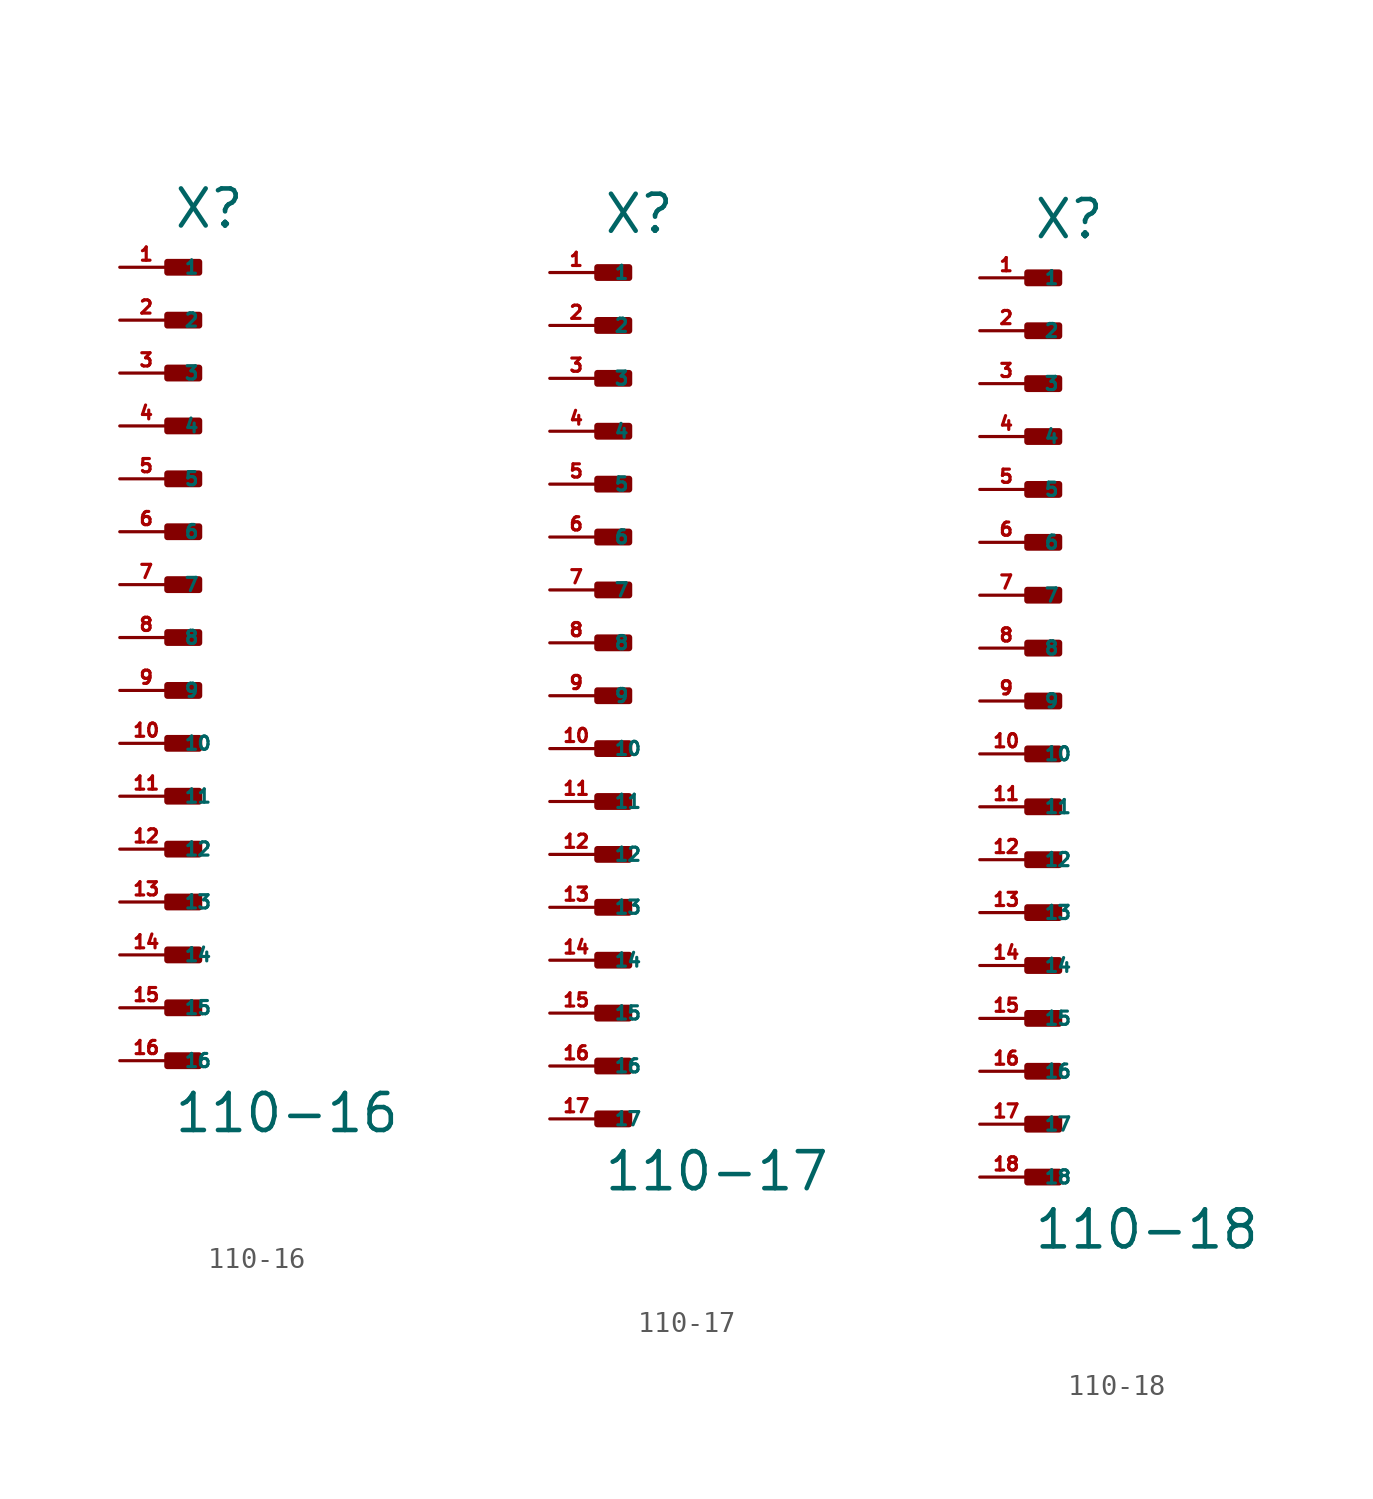
<source format=kicad_sym>
(kicad_symbol_lib
  (version 20220914)
  (generator Eagle2Kicad)
  (symbol "110-16"
    (property "Reference" "X"
      (at 0 19.558 0)
      (effects (font (size 1.778 1.778) (thickness 0.22)) (justify left bottom)))
    (property "Value" "110-16"
      (at 0 -23.876 0)
      (effects (font (size 1.778 1.778) (thickness 0.22)) (justify left bottom)))
    (rectangle
      (start -0.254 17.526)
      (end 1.27 18.034)
      (stroke (width 0.3) (type default))
      (fill (type outline)))
    (rectangle
      (start -0.254 14.986)
      (end 1.27 15.494)
      (stroke (width 0.3) (type default))
      (fill (type outline)))
    (rectangle
      (start -0.254 12.446)
      (end 1.27 12.954)
      (stroke (width 0.3) (type default))
      (fill (type outline)))
    (rectangle
      (start -0.254 9.906)
      (end 1.27 10.414)
      (stroke (width 0.3) (type default))
      (fill (type outline)))
    (rectangle
      (start -0.254 7.366)
      (end 1.27 7.874)
      (stroke (width 0.3) (type default))
      (fill (type outline)))
    (rectangle
      (start -0.254 4.826)
      (end 1.27 5.334)
      (stroke (width 0.3) (type default))
      (fill (type outline)))
    (rectangle
      (start -0.254 2.286)
      (end 1.27 2.794)
      (stroke (width 0.3) (type default))
      (fill (type outline)))
    (rectangle
      (start -0.254 -0.254)
      (end 1.27 0.254)
      (stroke (width 0.3) (type default))
      (fill (type outline)))
    (rectangle
      (start -0.254 -2.794)
      (end 1.27 -2.286)
      (stroke (width 0.3) (type default))
      (fill (type outline)))
    (rectangle
      (start -0.254 -5.334)
      (end 1.27 -4.826)
      (stroke (width 0.3) (type default))
      (fill (type outline)))
    (rectangle
      (start -0.254 -7.874)
      (end 1.27 -7.366)
      (stroke (width 0.3) (type default))
      (fill (type outline)))
    (rectangle
      (start -0.254 -10.414)
      (end 1.27 -9.906)
      (stroke (width 0.3) (type default))
      (fill (type outline)))
    (rectangle
      (start -0.254 -12.954)
      (end 1.27 -12.446)
      (stroke (width 0.3) (type default))
      (fill (type outline)))
    (rectangle
      (start -0.254 -15.494)
      (end 1.27 -14.986)
      (stroke (width 0.3) (type default))
      (fill (type outline)))
    (rectangle
      (start -0.254 -18.034)
      (end 1.27 -17.526)
      (stroke (width 0.3) (type default))
      (fill (type outline)))
    (rectangle
      (start -0.254 -20.574)
      (end 1.27 -20.066)
      (stroke (width 0.3) (type default))
      (fill (type outline)))
    (pin passive line
      (at -2.54 17.78 0)
      (length 2.54)
      (name "1" (effects (font (size 0.635 0.635) (thickness 0.08)) (justify left bottom)))
      (number "1" (effects (font (size 0.635 0.635) (thickness 0.08)) (justify left bottom))))
    (pin passive line
      (at -2.54 15.24 0)
      (length 2.54)
      (name "2" (effects (font (size 0.635 0.635) (thickness 0.08)) (justify left bottom)))
      (number "2" (effects (font (size 0.635 0.635) (thickness 0.08)) (justify left bottom))))
    (pin passive line
      (at -2.54 12.7 0)
      (length 2.54)
      (name "3" (effects (font (size 0.635 0.635) (thickness 0.08)) (justify left bottom)))
      (number "3" (effects (font (size 0.635 0.635) (thickness 0.08)) (justify left bottom))))
    (pin passive line
      (at -2.54 10.16 0)
      (length 2.54)
      (name "4" (effects (font (size 0.635 0.635) (thickness 0.08)) (justify left bottom)))
      (number "4" (effects (font (size 0.635 0.635) (thickness 0.08)) (justify left bottom))))
    (pin passive line
      (at -2.54 7.62 0)
      (length 2.54)
      (name "5" (effects (font (size 0.635 0.635) (thickness 0.08)) (justify left bottom)))
      (number "5" (effects (font (size 0.635 0.635) (thickness 0.08)) (justify left bottom))))
    (pin passive line
      (at -2.54 5.08 0)
      (length 2.54)
      (name "6" (effects (font (size 0.635 0.635) (thickness 0.08)) (justify left bottom)))
      (number "6" (effects (font (size 0.635 0.635) (thickness 0.08)) (justify left bottom))))
    (pin passive line
      (at -2.54 2.54 0)
      (length 2.54)
      (name "7" (effects (font (size 0.635 0.635) (thickness 0.08)) (justify left bottom)))
      (number "7" (effects (font (size 0.635 0.635) (thickness 0.08)) (justify left bottom))))
    (pin passive line
      (at -2.54 0 0)
      (length 2.54)
      (name "8" (effects (font (size 0.635 0.635) (thickness 0.08)) (justify left bottom)))
      (number "8" (effects (font (size 0.635 0.635) (thickness 0.08)) (justify left bottom))))
    (pin passive line
      (at -2.54 -2.54 0)
      (length 2.54)
      (name "9" (effects (font (size 0.635 0.635) (thickness 0.08)) (justify left bottom)))
      (number "9" (effects (font (size 0.635 0.635) (thickness 0.08)) (justify left bottom))))
    (pin passive line
      (at -2.54 -5.08 0)
      (length 2.54)
      (name "10" (effects (font (size 0.635 0.635) (thickness 0.08)) (justify left bottom)))
      (number "10" (effects (font (size 0.635 0.635) (thickness 0.08)) (justify left bottom))))
    (pin passive line
      (at -2.54 -7.62 0)
      (length 2.54)
      (name "11" (effects (font (size 0.635 0.635) (thickness 0.08)) (justify left bottom)))
      (number "11" (effects (font (size 0.635 0.635) (thickness 0.08)) (justify left bottom))))
    (pin passive line
      (at -2.54 -10.16 0)
      (length 2.54)
      (name "12" (effects (font (size 0.635 0.635) (thickness 0.08)) (justify left bottom)))
      (number "12" (effects (font (size 0.635 0.635) (thickness 0.08)) (justify left bottom))))
    (pin passive line
      (at -2.54 -12.7 0)
      (length 2.54)
      (name "13" (effects (font (size 0.635 0.635) (thickness 0.08)) (justify left bottom)))
      (number "13" (effects (font (size 0.635 0.635) (thickness 0.08)) (justify left bottom))))
    (pin passive line
      (at -2.54 -15.24 0)
      (length 2.54)
      (name "14" (effects (font (size 0.635 0.635) (thickness 0.08)) (justify left bottom)))
      (number "14" (effects (font (size 0.635 0.635) (thickness 0.08)) (justify left bottom))))
    (pin passive line
      (at -2.54 -17.78 0)
      (length 2.54)
      (name "15" (effects (font (size 0.635 0.635) (thickness 0.08)) (justify left bottom)))
      (number "15" (effects (font (size 0.635 0.635) (thickness 0.08)) (justify left bottom))))
    (pin passive line
      (at -2.54 -20.32 0)
      (length 2.54)
      (name "16" (effects (font (size 0.635 0.635) (thickness 0.08)) (justify left bottom)))
      (number "16" (effects (font (size 0.635 0.635) (thickness 0.08)) (justify left bottom)))))
  (symbol "110-17"
    (property "Reference" "X"
      (at 0 22.098 0)
      (effects (font (size 1.778 1.778) (thickness 0.22)) (justify left bottom)))
    (property "Value" "110-17"
      (at 0 -23.876 0)
      (effects (font (size 1.778 1.778) (thickness 0.22)) (justify left bottom)))
    (rectangle
      (start -0.254 20.066)
      (end 1.27 20.574)
      (stroke (width 0.3) (type default))
      (fill (type outline)))
    (rectangle
      (start -0.254 17.526)
      (end 1.27 18.034)
      (stroke (width 0.3) (type default))
      (fill (type outline)))
    (rectangle
      (start -0.254 14.986)
      (end 1.27 15.494)
      (stroke (width 0.3) (type default))
      (fill (type outline)))
    (rectangle
      (start -0.254 12.446)
      (end 1.27 12.954)
      (stroke (width 0.3) (type default))
      (fill (type outline)))
    (rectangle
      (start -0.254 9.906)
      (end 1.27 10.414)
      (stroke (width 0.3) (type default))
      (fill (type outline)))
    (rectangle
      (start -0.254 7.366)
      (end 1.27 7.874)
      (stroke (width 0.3) (type default))
      (fill (type outline)))
    (rectangle
      (start -0.254 4.826)
      (end 1.27 5.334)
      (stroke (width 0.3) (type default))
      (fill (type outline)))
    (rectangle
      (start -0.254 2.286)
      (end 1.27 2.794)
      (stroke (width 0.3) (type default))
      (fill (type outline)))
    (rectangle
      (start -0.254 -0.254)
      (end 1.27 0.254)
      (stroke (width 0.3) (type default))
      (fill (type outline)))
    (rectangle
      (start -0.254 -2.794)
      (end 1.27 -2.286)
      (stroke (width 0.3) (type default))
      (fill (type outline)))
    (rectangle
      (start -0.254 -5.334)
      (end 1.27 -4.826)
      (stroke (width 0.3) (type default))
      (fill (type outline)))
    (rectangle
      (start -0.254 -7.874)
      (end 1.27 -7.366)
      (stroke (width 0.3) (type default))
      (fill (type outline)))
    (rectangle
      (start -0.254 -10.414)
      (end 1.27 -9.906)
      (stroke (width 0.3) (type default))
      (fill (type outline)))
    (rectangle
      (start -0.254 -12.954)
      (end 1.27 -12.446)
      (stroke (width 0.3) (type default))
      (fill (type outline)))
    (rectangle
      (start -0.254 -15.494)
      (end 1.27 -14.986)
      (stroke (width 0.3) (type default))
      (fill (type outline)))
    (rectangle
      (start -0.254 -18.034)
      (end 1.27 -17.526)
      (stroke (width 0.3) (type default))
      (fill (type outline)))
    (rectangle
      (start -0.254 -20.574)
      (end 1.27 -20.066)
      (stroke (width 0.3) (type default))
      (fill (type outline)))
    (pin passive line
      (at -2.54 20.32 0)
      (length 2.54)
      (name "1" (effects (font (size 0.635 0.635) (thickness 0.08)) (justify left bottom)))
      (number "1" (effects (font (size 0.635 0.635) (thickness 0.08)) (justify left bottom))))
    (pin passive line
      (at -2.54 17.78 0)
      (length 2.54)
      (name "2" (effects (font (size 0.635 0.635) (thickness 0.08)) (justify left bottom)))
      (number "2" (effects (font (size 0.635 0.635) (thickness 0.08)) (justify left bottom))))
    (pin passive line
      (at -2.54 15.24 0)
      (length 2.54)
      (name "3" (effects (font (size 0.635 0.635) (thickness 0.08)) (justify left bottom)))
      (number "3" (effects (font (size 0.635 0.635) (thickness 0.08)) (justify left bottom))))
    (pin passive line
      (at -2.54 12.7 0)
      (length 2.54)
      (name "4" (effects (font (size 0.635 0.635) (thickness 0.08)) (justify left bottom)))
      (number "4" (effects (font (size 0.635 0.635) (thickness 0.08)) (justify left bottom))))
    (pin passive line
      (at -2.54 10.16 0)
      (length 2.54)
      (name "5" (effects (font (size 0.635 0.635) (thickness 0.08)) (justify left bottom)))
      (number "5" (effects (font (size 0.635 0.635) (thickness 0.08)) (justify left bottom))))
    (pin passive line
      (at -2.54 7.62 0)
      (length 2.54)
      (name "6" (effects (font (size 0.635 0.635) (thickness 0.08)) (justify left bottom)))
      (number "6" (effects (font (size 0.635 0.635) (thickness 0.08)) (justify left bottom))))
    (pin passive line
      (at -2.54 5.08 0)
      (length 2.54)
      (name "7" (effects (font (size 0.635 0.635) (thickness 0.08)) (justify left bottom)))
      (number "7" (effects (font (size 0.635 0.635) (thickness 0.08)) (justify left bottom))))
    (pin passive line
      (at -2.54 2.54 0)
      (length 2.54)
      (name "8" (effects (font (size 0.635 0.635) (thickness 0.08)) (justify left bottom)))
      (number "8" (effects (font (size 0.635 0.635) (thickness 0.08)) (justify left bottom))))
    (pin passive line
      (at -2.54 0 0)
      (length 2.54)
      (name "9" (effects (font (size 0.635 0.635) (thickness 0.08)) (justify left bottom)))
      (number "9" (effects (font (size 0.635 0.635) (thickness 0.08)) (justify left bottom))))
    (pin passive line
      (at -2.54 -2.54 0)
      (length 2.54)
      (name "10" (effects (font (size 0.635 0.635) (thickness 0.08)) (justify left bottom)))
      (number "10" (effects (font (size 0.635 0.635) (thickness 0.08)) (justify left bottom))))
    (pin passive line
      (at -2.54 -5.08 0)
      (length 2.54)
      (name "11" (effects (font (size 0.635 0.635) (thickness 0.08)) (justify left bottom)))
      (number "11" (effects (font (size 0.635 0.635) (thickness 0.08)) (justify left bottom))))
    (pin passive line
      (at -2.54 -7.62 0)
      (length 2.54)
      (name "12" (effects (font (size 0.635 0.635) (thickness 0.08)) (justify left bottom)))
      (number "12" (effects (font (size 0.635 0.635) (thickness 0.08)) (justify left bottom))))
    (pin passive line
      (at -2.54 -10.16 0)
      (length 2.54)
      (name "13" (effects (font (size 0.635 0.635) (thickness 0.08)) (justify left bottom)))
      (number "13" (effects (font (size 0.635 0.635) (thickness 0.08)) (justify left bottom))))
    (pin passive line
      (at -2.54 -12.7 0)
      (length 2.54)
      (name "14" (effects (font (size 0.635 0.635) (thickness 0.08)) (justify left bottom)))
      (number "14" (effects (font (size 0.635 0.635) (thickness 0.08)) (justify left bottom))))
    (pin passive line
      (at -2.54 -15.24 0)
      (length 2.54)
      (name "15" (effects (font (size 0.635 0.635) (thickness 0.08)) (justify left bottom)))
      (number "15" (effects (font (size 0.635 0.635) (thickness 0.08)) (justify left bottom))))
    (pin passive line
      (at -2.54 -17.78 0)
      (length 2.54)
      (name "16" (effects (font (size 0.635 0.635) (thickness 0.08)) (justify left bottom)))
      (number "16" (effects (font (size 0.635 0.635) (thickness 0.08)) (justify left bottom))))
    (pin passive line
      (at -2.54 -20.32 0)
      (length 2.54)
      (name "17" (effects (font (size 0.635 0.635) (thickness 0.08)) (justify left bottom)))
      (number "17" (effects (font (size 0.635 0.635) (thickness 0.08)) (justify left bottom)))))
  (symbol "110-18"
    (property "Reference" "X"
      (at 0 22.098 0)
      (effects (font (size 1.778 1.778) (thickness 0.22)) (justify left bottom)))
    (property "Value" "110-18"
      (at 0 -26.416 0)
      (effects (font (size 1.778 1.778) (thickness 0.22)) (justify left bottom)))
    (rectangle
      (start -0.254 20.066)
      (end 1.27 20.574)
      (stroke (width 0.3) (type default))
      (fill (type outline)))
    (rectangle
      (start -0.254 17.526)
      (end 1.27 18.034)
      (stroke (width 0.3) (type default))
      (fill (type outline)))
    (rectangle
      (start -0.254 14.986)
      (end 1.27 15.494)
      (stroke (width 0.3) (type default))
      (fill (type outline)))
    (rectangle
      (start -0.254 12.446)
      (end 1.27 12.954)
      (stroke (width 0.3) (type default))
      (fill (type outline)))
    (rectangle
      (start -0.254 9.906)
      (end 1.27 10.414)
      (stroke (width 0.3) (type default))
      (fill (type outline)))
    (rectangle
      (start -0.254 7.366)
      (end 1.27 7.874)
      (stroke (width 0.3) (type default))
      (fill (type outline)))
    (rectangle
      (start -0.254 4.826)
      (end 1.27 5.334)
      (stroke (width 0.3) (type default))
      (fill (type outline)))
    (rectangle
      (start -0.254 2.286)
      (end 1.27 2.794)
      (stroke (width 0.3) (type default))
      (fill (type outline)))
    (rectangle
      (start -0.254 -0.254)
      (end 1.27 0.254)
      (stroke (width 0.3) (type default))
      (fill (type outline)))
    (rectangle
      (start -0.254 -2.794)
      (end 1.27 -2.286)
      (stroke (width 0.3) (type default))
      (fill (type outline)))
    (rectangle
      (start -0.254 -5.334)
      (end 1.27 -4.826)
      (stroke (width 0.3) (type default))
      (fill (type outline)))
    (rectangle
      (start -0.254 -7.874)
      (end 1.27 -7.366)
      (stroke (width 0.3) (type default))
      (fill (type outline)))
    (rectangle
      (start -0.254 -10.414)
      (end 1.27 -9.906)
      (stroke (width 0.3) (type default))
      (fill (type outline)))
    (rectangle
      (start -0.254 -12.954)
      (end 1.27 -12.446)
      (stroke (width 0.3) (type default))
      (fill (type outline)))
    (rectangle
      (start -0.254 -15.494)
      (end 1.27 -14.986)
      (stroke (width 0.3) (type default))
      (fill (type outline)))
    (rectangle
      (start -0.254 -18.034)
      (end 1.27 -17.526)
      (stroke (width 0.3) (type default))
      (fill (type outline)))
    (rectangle
      (start -0.254 -20.574)
      (end 1.27 -20.066)
      (stroke (width 0.3) (type default))
      (fill (type outline)))
    (rectangle
      (start -0.254 -23.114)
      (end 1.27 -22.606)
      (stroke (width 0.3) (type default))
      (fill (type outline)))
    (pin passive line
      (at -2.54 20.32 0)
      (length 2.54)
      (name "1" (effects (font (size 0.635 0.635) (thickness 0.08)) (justify left bottom)))
      (number "1" (effects (font (size 0.635 0.635) (thickness 0.08)) (justify left bottom))))
    (pin passive line
      (at -2.54 17.78 0)
      (length 2.54)
      (name "2" (effects (font (size 0.635 0.635) (thickness 0.08)) (justify left bottom)))
      (number "2" (effects (font (size 0.635 0.635) (thickness 0.08)) (justify left bottom))))
    (pin passive line
      (at -2.54 15.24 0)
      (length 2.54)
      (name "3" (effects (font (size 0.635 0.635) (thickness 0.08)) (justify left bottom)))
      (number "3" (effects (font (size 0.635 0.635) (thickness 0.08)) (justify left bottom))))
    (pin passive line
      (at -2.54 12.7 0)
      (length 2.54)
      (name "4" (effects (font (size 0.635 0.635) (thickness 0.08)) (justify left bottom)))
      (number "4" (effects (font (size 0.635 0.635) (thickness 0.08)) (justify left bottom))))
    (pin passive line
      (at -2.54 10.16 0)
      (length 2.54)
      (name "5" (effects (font (size 0.635 0.635) (thickness 0.08)) (justify left bottom)))
      (number "5" (effects (font (size 0.635 0.635) (thickness 0.08)) (justify left bottom))))
    (pin passive line
      (at -2.54 7.62 0)
      (length 2.54)
      (name "6" (effects (font (size 0.635 0.635) (thickness 0.08)) (justify left bottom)))
      (number "6" (effects (font (size 0.635 0.635) (thickness 0.08)) (justify left bottom))))
    (pin passive line
      (at -2.54 5.08 0)
      (length 2.54)
      (name "7" (effects (font (size 0.635 0.635) (thickness 0.08)) (justify left bottom)))
      (number "7" (effects (font (size 0.635 0.635) (thickness 0.08)) (justify left bottom))))
    (pin passive line
      (at -2.54 2.54 0)
      (length 2.54)
      (name "8" (effects (font (size 0.635 0.635) (thickness 0.08)) (justify left bottom)))
      (number "8" (effects (font (size 0.635 0.635) (thickness 0.08)) (justify left bottom))))
    (pin passive line
      (at -2.54 0 0)
      (length 2.54)
      (name "9" (effects (font (size 0.635 0.635) (thickness 0.08)) (justify left bottom)))
      (number "9" (effects (font (size 0.635 0.635) (thickness 0.08)) (justify left bottom))))
    (pin passive line
      (at -2.54 -2.54 0)
      (length 2.54)
      (name "10" (effects (font (size 0.635 0.635) (thickness 0.08)) (justify left bottom)))
      (number "10" (effects (font (size 0.635 0.635) (thickness 0.08)) (justify left bottom))))
    (pin passive line
      (at -2.54 -5.08 0)
      (length 2.54)
      (name "11" (effects (font (size 0.635 0.635) (thickness 0.08)) (justify left bottom)))
      (number "11" (effects (font (size 0.635 0.635) (thickness 0.08)) (justify left bottom))))
    (pin passive line
      (at -2.54 -7.62 0)
      (length 2.54)
      (name "12" (effects (font (size 0.635 0.635) (thickness 0.08)) (justify left bottom)))
      (number "12" (effects (font (size 0.635 0.635) (thickness 0.08)) (justify left bottom))))
    (pin passive line
      (at -2.54 -10.16 0)
      (length 2.54)
      (name "13" (effects (font (size 0.635 0.635) (thickness 0.08)) (justify left bottom)))
      (number "13" (effects (font (size 0.635 0.635) (thickness 0.08)) (justify left bottom))))
    (pin passive line
      (at -2.54 -12.7 0)
      (length 2.54)
      (name "14" (effects (font (size 0.635 0.635) (thickness 0.08)) (justify left bottom)))
      (number "14" (effects (font (size 0.635 0.635) (thickness 0.08)) (justify left bottom))))
    (pin passive line
      (at -2.54 -15.24 0)
      (length 2.54)
      (name "15" (effects (font (size 0.635 0.635) (thickness 0.08)) (justify left bottom)))
      (number "15" (effects (font (size 0.635 0.635) (thickness 0.08)) (justify left bottom))))
    (pin passive line
      (at -2.54 -17.78 0)
      (length 2.54)
      (name "16" (effects (font (size 0.635 0.635) (thickness 0.08)) (justify left bottom)))
      (number "16" (effects (font (size 0.635 0.635) (thickness 0.08)) (justify left bottom))))
    (pin passive line
      (at -2.54 -20.32 0)
      (length 2.54)
      (name "17" (effects (font (size 0.635 0.635) (thickness 0.08)) (justify left bottom)))
      (number "17" (effects (font (size 0.635 0.635) (thickness 0.08)) (justify left bottom))))
    (pin passive line
      (at -2.54 -22.86 0)
      (length 2.54)
      (name "18" (effects (font (size 0.635 0.635) (thickness 0.08)) (justify left bottom)))
      (number "18" (effects (font (size 0.635 0.635) (thickness 0.08)) (justify left bottom))))))
</source>
